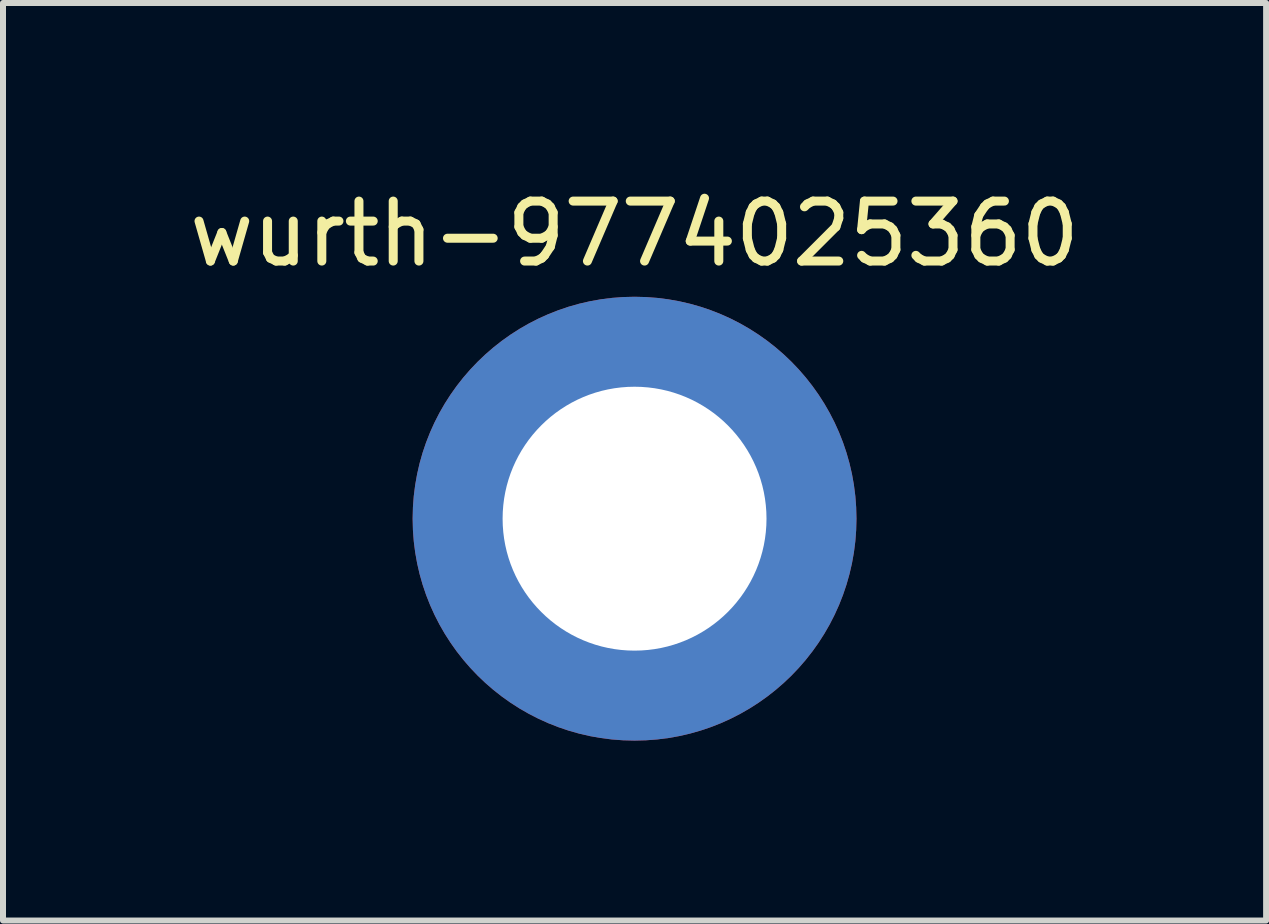
<source format=kicad_pcb>
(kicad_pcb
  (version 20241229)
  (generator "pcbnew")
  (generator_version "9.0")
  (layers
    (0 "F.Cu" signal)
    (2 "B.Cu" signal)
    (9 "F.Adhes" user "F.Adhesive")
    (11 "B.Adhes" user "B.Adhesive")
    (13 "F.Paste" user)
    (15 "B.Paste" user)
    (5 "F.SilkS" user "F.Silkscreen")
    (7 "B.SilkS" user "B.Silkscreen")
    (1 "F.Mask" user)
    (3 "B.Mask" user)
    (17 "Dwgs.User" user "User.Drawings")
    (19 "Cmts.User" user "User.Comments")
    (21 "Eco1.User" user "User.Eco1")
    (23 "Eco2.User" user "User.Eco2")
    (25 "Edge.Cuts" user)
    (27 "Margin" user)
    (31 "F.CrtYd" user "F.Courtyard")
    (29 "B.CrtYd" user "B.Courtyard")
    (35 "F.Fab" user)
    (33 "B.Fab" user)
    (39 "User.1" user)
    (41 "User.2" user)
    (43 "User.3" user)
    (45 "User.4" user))
  (footprint "wurth-9774025360"
    (layer "F.Cu")
    (at 7.53 5.598)
    (property "Reference" "wurth-9774025360" (at 0 -4.75 0) (layer "F.SilkS") (effects (font (size 1 1) (thickness 0.15))))
    (attr through_hole)
    (fp_arc (start -2.760347 -1.004684) (mid -2.077126 -2.077126) (end -1.004684 -2.760347) (stroke (width 1.395) (type solid)) (layer "F.Paste"))
    (fp_arc (start -1.004684 2.760347) (mid -2.077126 2.077126) (end -2.760347 1.004684) (stroke (width 1.395) (type solid)) (layer "F.Paste"))
    (fp_arc (start 1.004684 -2.760347) (mid 2.077126 -2.077126) (end 2.760347 -1.004684) (stroke (width 1.395) (type solid)) (layer "F.Paste"))
    (fp_arc (start 2.760347 1.004684) (mid 2.077126 2.077126) (end 1.004684 2.760347) (stroke (width 1.395) (type solid)) (layer "F.Paste"))
    (pad "1" thru_hole circle (at 0 0) (size 7.4 7.4) (drill 4.4) (layers "*.Cu" "*.Mask")))
  (gr_rect
    (start -3 -3)
    (end 18.06 12.298)
    (stroke (width 0.1) (type default))
    (fill no)
    (layer "Edge.Cuts")))
</source>
